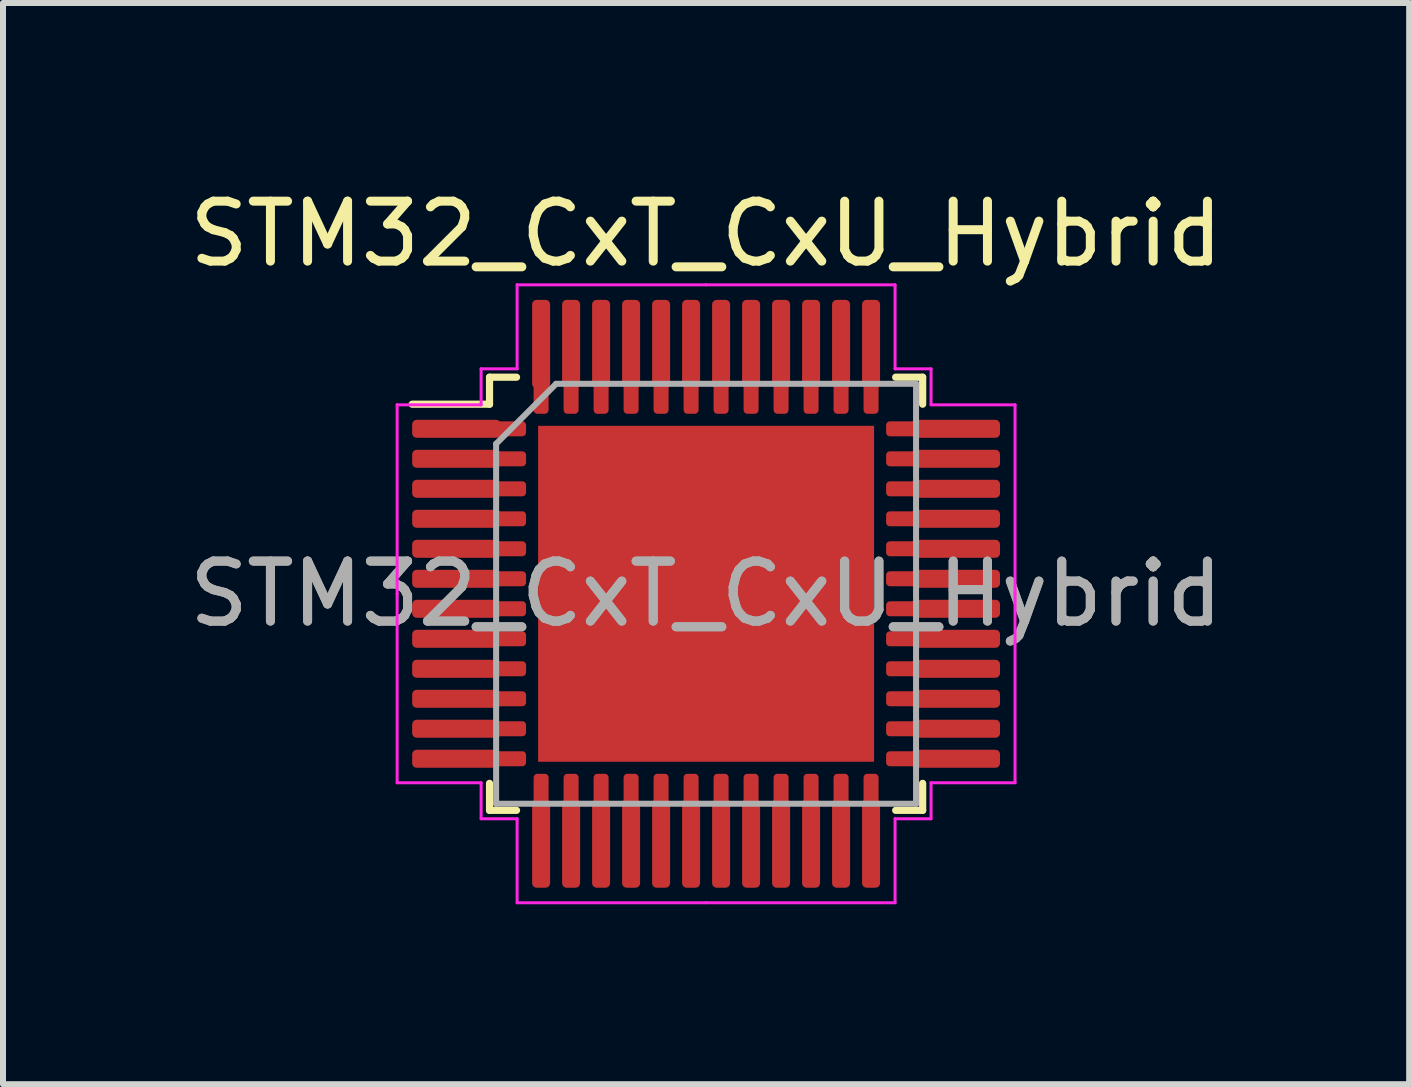
<source format=kicad_pcb>
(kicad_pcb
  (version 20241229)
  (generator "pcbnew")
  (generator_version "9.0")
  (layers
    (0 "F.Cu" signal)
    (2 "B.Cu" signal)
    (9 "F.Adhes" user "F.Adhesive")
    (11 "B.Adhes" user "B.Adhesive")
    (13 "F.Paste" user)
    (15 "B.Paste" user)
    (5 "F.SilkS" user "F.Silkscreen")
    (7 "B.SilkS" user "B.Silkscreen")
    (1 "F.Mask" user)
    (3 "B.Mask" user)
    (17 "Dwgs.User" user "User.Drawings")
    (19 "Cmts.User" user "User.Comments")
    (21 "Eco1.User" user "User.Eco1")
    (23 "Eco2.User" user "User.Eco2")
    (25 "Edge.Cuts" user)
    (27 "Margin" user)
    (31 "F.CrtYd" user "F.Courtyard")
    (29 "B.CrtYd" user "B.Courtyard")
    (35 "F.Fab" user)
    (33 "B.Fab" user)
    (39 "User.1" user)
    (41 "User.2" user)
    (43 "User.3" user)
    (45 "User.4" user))
  (footprint "STM32_CxT_CxU_Hybrid"
    (layer "F.Cu")
    (at 8.72 6.848)
    (property "Reference" "STM32_CxT_CxU_Hybrid" (at 0 -6 0) (layer "F.SilkS") (effects (font (size 1 1) (thickness 0.15))))
    (attr smd)
    (fp_line (start -3.61 -3.61) (end -3.61 -3.16) (stroke (width 0.12) (type solid)) (layer "F.SilkS"))
    (fp_line (start -3.61 -3.16) (end -4.9 -3.16) (stroke (width 0.12) (type solid)) (layer "F.SilkS"))
    (fp_line (start -3.61 3.61) (end -3.61 3.16) (stroke (width 0.12) (type solid)) (layer "F.SilkS"))
    (fp_line (start -3.16 -3.61) (end -3.61 -3.61) (stroke (width 0.12) (type solid)) (layer "F.SilkS"))
    (fp_line (start -3.16 3.61) (end -3.61 3.61) (stroke (width 0.12) (type solid)) (layer "F.SilkS"))
    (fp_line (start 3.16 -3.61) (end 3.61 -3.61) (stroke (width 0.12) (type solid)) (layer "F.SilkS"))
    (fp_line (start 3.16 3.61) (end 3.61 3.61) (stroke (width 0.12) (type solid)) (layer "F.SilkS"))
    (fp_line (start 3.61 -3.61) (end 3.61 -3.16) (stroke (width 0.12) (type solid)) (layer "F.SilkS"))
    (fp_line (start 3.61 3.61) (end 3.61 3.16) (stroke (width 0.12) (type solid)) (layer "F.SilkS"))
    (fp_line (start -5.15 -3.15) (end -5.15 0) (stroke (width 0.05) (type solid)) (layer "F.CrtYd"))
    (fp_line (start -5.15 3.15) (end -5.15 0) (stroke (width 0.05) (type solid)) (layer "F.CrtYd"))
    (fp_line (start -3.75 -3.75) (end -3.75 -3.15) (stroke (width 0.05) (type solid)) (layer "F.CrtYd"))
    (fp_line (start -3.75 -3.15) (end -5.15 -3.15) (stroke (width 0.05) (type solid)) (layer "F.CrtYd"))
    (fp_line (start -3.75 3.15) (end -5.15 3.15) (stroke (width 0.05) (type solid)) (layer "F.CrtYd"))
    (fp_line (start -3.75 3.75) (end -3.75 3.15) (stroke (width 0.05) (type solid)) (layer "F.CrtYd"))
    (fp_line (start -3.15 -5.15) (end -3.15 -3.75) (stroke (width 0.05) (type solid)) (layer "F.CrtYd"))
    (fp_line (start -3.15 -3.75) (end -3.75 -3.75) (stroke (width 0.05) (type solid)) (layer "F.CrtYd"))
    (fp_line (start -3.15 3.75) (end -3.75 3.75) (stroke (width 0.05) (type solid)) (layer "F.CrtYd"))
    (fp_line (start -3.15 5.15) (end -3.15 3.75) (stroke (width 0.05) (type solid)) (layer "F.CrtYd"))
    (fp_line (start 0 -5.15) (end -3.15 -5.15) (stroke (width 0.05) (type solid)) (layer "F.CrtYd"))
    (fp_line (start 0 -5.15) (end 3.15 -5.15) (stroke (width 0.05) (type solid)) (layer "F.CrtYd"))
    (fp_line (start 0 5.15) (end -3.15 5.15) (stroke (width 0.05) (type solid)) (layer "F.CrtYd"))
    (fp_line (start 0 5.15) (end 3.15 5.15) (stroke (width 0.05) (type solid)) (layer "F.CrtYd"))
    (fp_line (start 3.15 -5.15) (end 3.15 -3.75) (stroke (width 0.05) (type solid)) (layer "F.CrtYd"))
    (fp_line (start 3.15 -3.75) (end 3.75 -3.75) (stroke (width 0.05) (type solid)) (layer "F.CrtYd"))
    (fp_line (start 3.15 3.75) (end 3.75 3.75) (stroke (width 0.05) (type solid)) (layer "F.CrtYd"))
    (fp_line (start 3.15 5.15) (end 3.15 3.75) (stroke (width 0.05) (type solid)) (layer "F.CrtYd"))
    (fp_line (start 3.75 -3.75) (end 3.75 -3.15) (stroke (width 0.05) (type solid)) (layer "F.CrtYd"))
    (fp_line (start 3.75 -3.15) (end 5.15 -3.15) (stroke (width 0.05) (type solid)) (layer "F.CrtYd"))
    (fp_line (start 3.75 3.15) (end 5.15 3.15) (stroke (width 0.05) (type solid)) (layer "F.CrtYd"))
    (fp_line (start 3.75 3.75) (end 3.75 3.15) (stroke (width 0.05) (type solid)) (layer "F.CrtYd"))
    (fp_line (start 5.15 -3.15) (end 5.15 0) (stroke (width 0.05) (type solid)) (layer "F.CrtYd"))
    (fp_line (start 5.15 3.15) (end 5.15 0) (stroke (width 0.05) (type solid)) (layer "F.CrtYd"))
    (fp_line (start -3.5 -2.5) (end -2.5 -3.5) (stroke (width 0.1) (type solid)) (layer "F.Fab"))
    (fp_line (start -3.5 3.5) (end -3.5 -2.5) (stroke (width 0.1) (type solid)) (layer "F.Fab"))
    (fp_line (start -2.5 -3.5) (end 3.5 -3.5) (stroke (width 0.1) (type solid)) (layer "F.Fab"))
    (fp_line (start 3.5 -3.5) (end 3.5 3.5) (stroke (width 0.1) (type solid)) (layer "F.Fab"))
    (fp_line (start 3.5 3.5) (end -3.5 3.5) (stroke (width 0.1) (type solid)) (layer "F.Fab"))
    (fp_text user "${REFERENCE}" (at 0 0 0) (layer "F.Fab") (effects (font (size 1 1) (thickness 0.15))))
    (fp_text user "${REFERENCE}" (at 0 0 0) (layer "F.Fab") (effects (font (size 1 1) (thickness 0.15))))
    (pad "" smd roundrect (at -2.1 -2.1) (size 1.13 1.13) (layers "F.Paste") (roundrect_rratio 0.221))
    (pad "" smd roundrect (at -2.1 -0.7) (size 1.13 1.13) (layers "F.Paste") (roundrect_rratio 0.221))
    (pad "" smd roundrect (at -2.1 0.7) (size 1.13 1.13) (layers "F.Paste") (roundrect_rratio 0.221))
    (pad "" smd roundrect (at -2.1 2.1) (size 1.13 1.13) (layers "F.Paste") (roundrect_rratio 0.221))
    (pad "" smd roundrect (at -0.7 -2.1) (size 1.13 1.13) (layers "F.Paste") (roundrect_rratio 0.221))
    (pad "" smd roundrect (at -0.7 -0.7) (size 1.13 1.13) (layers "F.Paste") (roundrect_rratio 0.221))
    (pad "" smd roundrect (at -0.7 0.7) (size 1.13 1.13) (layers "F.Paste") (roundrect_rratio 0.221))
    (pad "" smd roundrect (at -0.7 2.1) (size 1.13 1.13) (layers "F.Paste") (roundrect_rratio 0.221))
    (pad "" smd roundrect (at 0.7 -2.1) (size 1.13 1.13) (layers "F.Paste") (roundrect_rratio 0.221))
    (pad "" smd roundrect (at 0.7 -0.7) (size 1.13 1.13) (layers "F.Paste") (roundrect_rratio 0.221))
    (pad "" smd roundrect (at 0.7 0.7) (size 1.13 1.13) (layers "F.Paste") (roundrect_rratio 0.221))
    (pad "" smd roundrect (at 0.7 2.1) (size 1.13 1.13) (layers "F.Paste") (roundrect_rratio 0.221))
    (pad "" smd roundrect (at 2.1 -2.1) (size 1.13 1.13) (layers "F.Paste") (roundrect_rratio 0.221))
    (pad "" smd roundrect (at 2.1 -0.7) (size 1.13 1.13) (layers "F.Paste") (roundrect_rratio 0.221))
    (pad "" smd roundrect (at 2.1 0.7) (size 1.13 1.13) (layers "F.Paste") (roundrect_rratio 0.221))
    (pad "" smd roundrect (at 2.1 2.1) (size 1.13 1.13) (layers "F.Paste") (roundrect_rratio 0.221))
    (pad "1" smd roundrect (at -4.162 -2.75) (size 1.475 0.3) (layers "F.Cu" "F.Mask" "F.Paste") (roundrect_rratio 0.25))
    (pad "1" smd roundrect (at -3.438 -2.75) (size 0.875 0.25) (layers "F.Cu" "F.Mask" "F.Paste") (roundrect_rratio 0.25))
    (pad "2" smd roundrect (at -4.162 -2.25) (size 1.475 0.3) (layers "F.Cu" "F.Mask" "F.Paste") (roundrect_rratio 0.25))
    (pad "2" smd roundrect (at -3.438 -2.25) (size 0.875 0.25) (layers "F.Cu" "F.Mask" "F.Paste") (roundrect_rratio 0.25))
    (pad "3" smd roundrect (at -4.162 -1.75) (size 1.475 0.3) (layers "F.Cu" "F.Mask" "F.Paste") (roundrect_rratio 0.25))
    (pad "3" smd roundrect (at -3.438 -1.75) (size 0.875 0.25) (layers "F.Cu" "F.Mask" "F.Paste") (roundrect_rratio 0.25))
    (pad "4" smd roundrect (at -4.162 -1.25) (size 1.475 0.3) (layers "F.Cu" "F.Mask" "F.Paste") (roundrect_rratio 0.25))
    (pad "4" smd roundrect (at -3.438 -1.25) (size 0.875 0.25) (layers "F.Cu" "F.Mask" "F.Paste") (roundrect_rratio 0.25))
    (pad "5" smd roundrect (at -4.162 -0.75) (size 1.475 0.3) (layers "F.Cu" "F.Mask" "F.Paste") (roundrect_rratio 0.25))
    (pad "5" smd roundrect (at -3.438 -0.75) (size 0.875 0.25) (layers "F.Cu" "F.Mask" "F.Paste") (roundrect_rratio 0.25))
    (pad "6" smd roundrect (at -4.162 -0.25) (size 1.475 0.3) (layers "F.Cu" "F.Mask" "F.Paste") (roundrect_rratio 0.25))
    (pad "6" smd roundrect (at -3.438 -0.25) (size 0.875 0.25) (layers "F.Cu" "F.Mask" "F.Paste") (roundrect_rratio 0.25))
    (pad "7" smd roundrect (at -4.162 0.25) (size 1.475 0.3) (layers "F.Cu" "F.Mask" "F.Paste") (roundrect_rratio 0.25))
    (pad "7" smd roundrect (at -3.438 0.25) (size 0.875 0.25) (layers "F.Cu" "F.Mask" "F.Paste") (roundrect_rratio 0.25))
    (pad "8" smd roundrect (at -4.162 0.75) (size 1.475 0.3) (layers "F.Cu" "F.Mask" "F.Paste") (roundrect_rratio 0.25))
    (pad "8" smd roundrect (at -3.438 0.75) (size 0.875 0.25) (layers "F.Cu" "F.Mask" "F.Paste") (roundrect_rratio 0.25))
    (pad "9" smd roundrect (at -4.162 1.25) (size 1.475 0.3) (layers "F.Cu" "F.Mask" "F.Paste") (roundrect_rratio 0.25))
    (pad "9" smd roundrect (at -3.438 1.25) (size 0.875 0.25) (layers "F.Cu" "F.Mask" "F.Paste") (roundrect_rratio 0.25))
    (pad "10" smd roundrect (at -4.162 1.75) (size 1.475 0.3) (layers "F.Cu" "F.Mask" "F.Paste") (roundrect_rratio 0.25))
    (pad "10" smd roundrect (at -3.438 1.75) (size 0.875 0.25) (layers "F.Cu" "F.Mask" "F.Paste") (roundrect_rratio 0.25))
    (pad "11" smd roundrect (at -4.162 2.25) (size 1.475 0.3) (layers "F.Cu" "F.Mask" "F.Paste") (roundrect_rratio 0.25))
    (pad "11" smd roundrect (at -3.438 2.25) (size 0.875 0.25) (layers "F.Cu" "F.Mask" "F.Paste") (roundrect_rratio 0.25))
    (pad "12" smd roundrect (at -4.162 2.75) (size 1.475 0.3) (layers "F.Cu" "F.Mask" "F.Paste") (roundrect_rratio 0.25))
    (pad "12" smd roundrect (at -3.438 2.75) (size 0.875 0.25) (layers "F.Cu" "F.Mask" "F.Paste") (roundrect_rratio 0.25))
    (pad "13" smd roundrect (at -2.75 3.438) (size 0.25 0.875) (layers "F.Cu" "F.Mask" "F.Paste") (roundrect_rratio 0.25))
    (pad "13" smd roundrect (at -2.75 4.162) (size 0.3 1.475) (layers "F.Cu" "F.Mask" "F.Paste") (roundrect_rratio 0.25))
    (pad "14" smd roundrect (at -2.25 3.438) (size 0.25 0.875) (layers "F.Cu" "F.Mask" "F.Paste") (roundrect_rratio 0.25))
    (pad "14" smd roundrect (at -2.25 4.162) (size 0.3 1.475) (layers "F.Cu" "F.Mask" "F.Paste") (roundrect_rratio 0.25))
    (pad "15" smd roundrect (at -1.75 3.438) (size 0.25 0.875) (layers "F.Cu" "F.Mask" "F.Paste") (roundrect_rratio 0.25))
    (pad "15" smd roundrect (at -1.75 4.162) (size 0.3 1.475) (layers "F.Cu" "F.Mask" "F.Paste") (roundrect_rratio 0.25))
    (pad "16" smd roundrect (at -1.25 3.438) (size 0.25 0.875) (layers "F.Cu" "F.Mask" "F.Paste") (roundrect_rratio 0.25))
    (pad "16" smd roundrect (at -1.25 4.162) (size 0.3 1.475) (layers "F.Cu" "F.Mask" "F.Paste") (roundrect_rratio 0.25))
    (pad "17" smd roundrect (at -0.75 3.438) (size 0.25 0.875) (layers "F.Cu" "F.Mask" "F.Paste") (roundrect_rratio 0.25))
    (pad "17" smd roundrect (at -0.75 4.162) (size 0.3 1.475) (layers "F.Cu" "F.Mask" "F.Paste") (roundrect_rratio 0.25))
    (pad "18" smd roundrect (at -0.25 3.438) (size 0.25 0.875) (layers "F.Cu" "F.Mask" "F.Paste") (roundrect_rratio 0.25))
    (pad "18" smd roundrect (at -0.25 4.162) (size 0.3 1.475) (layers "F.Cu" "F.Mask" "F.Paste") (roundrect_rratio 0.25))
    (pad "19" smd roundrect (at 0.25 3.438) (size 0.25 0.875) (layers "F.Cu" "F.Mask" "F.Paste") (roundrect_rratio 0.25))
    (pad "19" smd roundrect (at 0.25 4.162) (size 0.3 1.475) (layers "F.Cu" "F.Mask" "F.Paste") (roundrect_rratio 0.25))
    (pad "20" smd roundrect (at 0.75 3.438) (size 0.25 0.875) (layers "F.Cu" "F.Mask" "F.Paste") (roundrect_rratio 0.25))
    (pad "20" smd roundrect (at 0.75 4.162) (size 0.3 1.475) (layers "F.Cu" "F.Mask" "F.Paste") (roundrect_rratio 0.25))
    (pad "21" smd roundrect (at 1.25 3.438) (size 0.25 0.875) (layers "F.Cu" "F.Mask" "F.Paste") (roundrect_rratio 0.25))
    (pad "21" smd roundrect (at 1.25 4.162) (size 0.3 1.475) (layers "F.Cu" "F.Mask" "F.Paste") (roundrect_rratio 0.25))
    (pad "22" smd roundrect (at 1.75 3.438) (size 0.25 0.875) (layers "F.Cu" "F.Mask" "F.Paste") (roundrect_rratio 0.25))
    (pad "22" smd roundrect (at 1.75 4.162) (size 0.3 1.475) (layers "F.Cu" "F.Mask" "F.Paste") (roundrect_rratio 0.25))
    (pad "23" smd roundrect (at 2.25 3.438) (size 0.25 0.875) (layers "F.Cu" "F.Mask" "F.Paste") (roundrect_rratio 0.25))
    (pad "23" smd roundrect (at 2.25 4.162) (size 0.3 1.475) (layers "F.Cu" "F.Mask" "F.Paste") (roundrect_rratio 0.25))
    (pad "24" smd roundrect (at 2.75 3.438) (size 0.25 0.875) (layers "F.Cu" "F.Mask" "F.Paste") (roundrect_rratio 0.25))
    (pad "24" smd roundrect (at 2.75 4.162) (size 0.3 1.475) (layers "F.Cu" "F.Mask" "F.Paste") (roundrect_rratio 0.25))
    (pad "25" smd roundrect (at 3.438 2.75) (size 0.875 0.25) (layers "F.Cu" "F.Mask" "F.Paste") (roundrect_rratio 0.25))
    (pad "25" smd roundrect (at 4.162 2.75) (size 1.475 0.3) (layers "F.Cu" "F.Mask" "F.Paste") (roundrect_rratio 0.25))
    (pad "26" smd roundrect (at 3.438 2.25) (size 0.875 0.25) (layers "F.Cu" "F.Mask" "F.Paste") (roundrect_rratio 0.25))
    (pad "26" smd roundrect (at 4.162 2.25) (size 1.475 0.3) (layers "F.Cu" "F.Mask" "F.Paste") (roundrect_rratio 0.25))
    (pad "27" smd roundrect (at 3.438 1.75) (size 0.875 0.25) (layers "F.Cu" "F.Mask" "F.Paste") (roundrect_rratio 0.25))
    (pad "27" smd roundrect (at 4.162 1.75) (size 1.475 0.3) (layers "F.Cu" "F.Mask" "F.Paste") (roundrect_rratio 0.25))
    (pad "28" smd roundrect (at 3.438 1.25) (size 0.875 0.25) (layers "F.Cu" "F.Mask" "F.Paste") (roundrect_rratio 0.25))
    (pad "28" smd roundrect (at 4.162 1.25) (size 1.475 0.3) (layers "F.Cu" "F.Mask" "F.Paste") (roundrect_rratio 0.25))
    (pad "29" smd roundrect (at 3.438 0.75) (size 0.875 0.25) (layers "F.Cu" "F.Mask" "F.Paste") (roundrect_rratio 0.25))
    (pad "29" smd roundrect (at 4.162 0.75) (size 1.475 0.3) (layers "F.Cu" "F.Mask" "F.Paste") (roundrect_rratio 0.25))
    (pad "30" smd roundrect (at 3.438 0.25) (size 0.875 0.25) (layers "F.Cu" "F.Mask" "F.Paste") (roundrect_rratio 0.25))
    (pad "30" smd roundrect (at 4.162 0.25) (size 1.475 0.3) (layers "F.Cu" "F.Mask" "F.Paste") (roundrect_rratio 0.25))
    (pad "31" smd roundrect (at 3.438 -0.25) (size 0.875 0.25) (layers "F.Cu" "F.Mask" "F.Paste") (roundrect_rratio 0.25))
    (pad "31" smd roundrect (at 4.162 -0.25) (size 1.475 0.3) (layers "F.Cu" "F.Mask" "F.Paste") (roundrect_rratio 0.25))
    (pad "32" smd roundrect (at 3.438 -0.75) (size 0.875 0.25) (layers "F.Cu" "F.Mask" "F.Paste") (roundrect_rratio 0.25))
    (pad "32" smd roundrect (at 4.162 -0.75) (size 1.475 0.3) (layers "F.Cu" "F.Mask" "F.Paste") (roundrect_rratio 0.25))
    (pad "33" smd roundrect (at 3.438 -1.25) (size 0.875 0.25) (layers "F.Cu" "F.Mask" "F.Paste") (roundrect_rratio 0.25))
    (pad "33" smd roundrect (at 4.162 -1.25) (size 1.475 0.3) (layers "F.Cu" "F.Mask" "F.Paste") (roundrect_rratio 0.25))
    (pad "34" smd roundrect (at 3.438 -1.75) (size 0.875 0.25) (layers "F.Cu" "F.Mask" "F.Paste") (roundrect_rratio 0.25))
    (pad "34" smd roundrect (at 4.162 -1.75) (size 1.475 0.3) (layers "F.Cu" "F.Mask" "F.Paste") (roundrect_rratio 0.25))
    (pad "35" smd roundrect (at 3.438 -2.25) (size 0.875 0.25) (layers "F.Cu" "F.Mask" "F.Paste") (roundrect_rratio 0.25))
    (pad "35" smd roundrect (at 4.162 -2.25) (size 1.475 0.3) (layers "F.Cu" "F.Mask" "F.Paste") (roundrect_rratio 0.25))
    (pad "36" smd roundrect (at 3.438 -2.75) (size 0.875 0.25) (layers "F.Cu" "F.Mask" "F.Paste") (roundrect_rratio 0.25))
    (pad "36" smd roundrect (at 4.162 -2.75) (size 1.475 0.3) (layers "F.Cu" "F.Mask" "F.Paste") (roundrect_rratio 0.25))
    (pad "37" smd roundrect (at 2.75 -4.162) (size 0.3 1.475) (layers "F.Cu" "F.Mask" "F.Paste") (roundrect_rratio 0.25))
    (pad "37" smd roundrect (at 2.75 -3.438) (size 0.25 0.875) (layers "F.Cu" "F.Mask" "F.Paste") (roundrect_rratio 0.25))
    (pad "38" smd roundrect (at 2.25 -4.162) (size 0.3 1.475) (layers "F.Cu" "F.Mask" "F.Paste") (roundrect_rratio 0.25))
    (pad "38" smd roundrect (at 2.25 -3.438) (size 0.25 0.875) (layers "F.Cu" "F.Mask" "F.Paste") (roundrect_rratio 0.25))
    (pad "39" smd roundrect (at 1.75 -4.162) (size 0.3 1.475) (layers "F.Cu" "F.Mask" "F.Paste") (roundrect_rratio 0.25))
    (pad "39" smd roundrect (at 1.75 -3.438) (size 0.25 0.875) (layers "F.Cu" "F.Mask" "F.Paste") (roundrect_rratio 0.25))
    (pad "40" smd roundrect (at 1.25 -4.162) (size 0.3 1.475) (layers "F.Cu" "F.Mask" "F.Paste") (roundrect_rratio 0.25))
    (pad "40" smd roundrect (at 1.25 -3.438) (size 0.25 0.875) (layers "F.Cu" "F.Mask" "F.Paste") (roundrect_rratio 0.25))
    (pad "41" smd roundrect (at 0.75 -4.162) (size 0.3 1.475) (layers "F.Cu" "F.Mask" "F.Paste") (roundrect_rratio 0.25))
    (pad "41" smd roundrect (at 0.75 -3.438) (size 0.25 0.875) (layers "F.Cu" "F.Mask" "F.Paste") (roundrect_rratio 0.25))
    (pad "42" smd roundrect (at 0.25 -4.162) (size 0.3 1.475) (layers "F.Cu" "F.Mask" "F.Paste") (roundrect_rratio 0.25))
    (pad "42" smd roundrect (at 0.25 -3.438) (size 0.25 0.875) (layers "F.Cu" "F.Mask" "F.Paste") (roundrect_rratio 0.25))
    (pad "43" smd roundrect (at -0.25 -4.162) (size 0.3 1.475) (layers "F.Cu" "F.Mask" "F.Paste") (roundrect_rratio 0.25))
    (pad "43" smd roundrect (at -0.25 -3.438) (size 0.25 0.875) (layers "F.Cu" "F.Mask" "F.Paste") (roundrect_rratio 0.25))
    (pad "44" smd roundrect (at -0.75 -4.162) (size 0.3 1.475) (layers "F.Cu" "F.Mask" "F.Paste") (roundrect_rratio 0.25))
    (pad "44" smd roundrect (at -0.75 -3.438) (size 0.25 0.875) (layers "F.Cu" "F.Mask" "F.Paste") (roundrect_rratio 0.25))
    (pad "45" smd roundrect (at -1.25 -4.162) (size 0.3 1.475) (layers "F.Cu" "F.Mask" "F.Paste") (roundrect_rratio 0.25))
    (pad "45" smd roundrect (at -1.25 -3.438) (size 0.25 0.875) (layers "F.Cu" "F.Mask" "F.Paste") (roundrect_rratio 0.25))
    (pad "46" smd roundrect (at -1.75 -4.162) (size 0.3 1.475) (layers "F.Cu" "F.Mask" "F.Paste") (roundrect_rratio 0.25))
    (pad "46" smd roundrect (at -1.75 -3.438) (size 0.25 0.875) (layers "F.Cu" "F.Mask" "F.Paste") (roundrect_rratio 0.25))
    (pad "47" smd roundrect (at -2.25 -4.162) (size 0.3 1.475) (layers "F.Cu" "F.Mask" "F.Paste") (roundrect_rratio 0.25))
    (pad "47" smd roundrect (at -2.25 -3.438) (size 0.25 0.875) (layers "F.Cu" "F.Mask" "F.Paste") (roundrect_rratio 0.25))
    (pad "48" smd roundrect (at -2.75 -4.162) (size 0.3 1.475) (layers "F.Cu" "F.Mask" "F.Paste") (roundrect_rratio 0.25))
    (pad "48" smd roundrect (at -2.75 -3.438) (size 0.25 0.875) (layers "F.Cu" "F.Mask" "F.Paste") (roundrect_rratio 0.25))
    (pad "49" smd rect (at 0 0) (size 5.6 5.6) (layers "F.Cu" "F.Mask")))
  (gr_rect
    (start -3 -3)
    (end 20.44 15.023)
    (stroke (width 0.1) (type default))
    (fill no)
    (layer "Edge.Cuts")))
</source>
